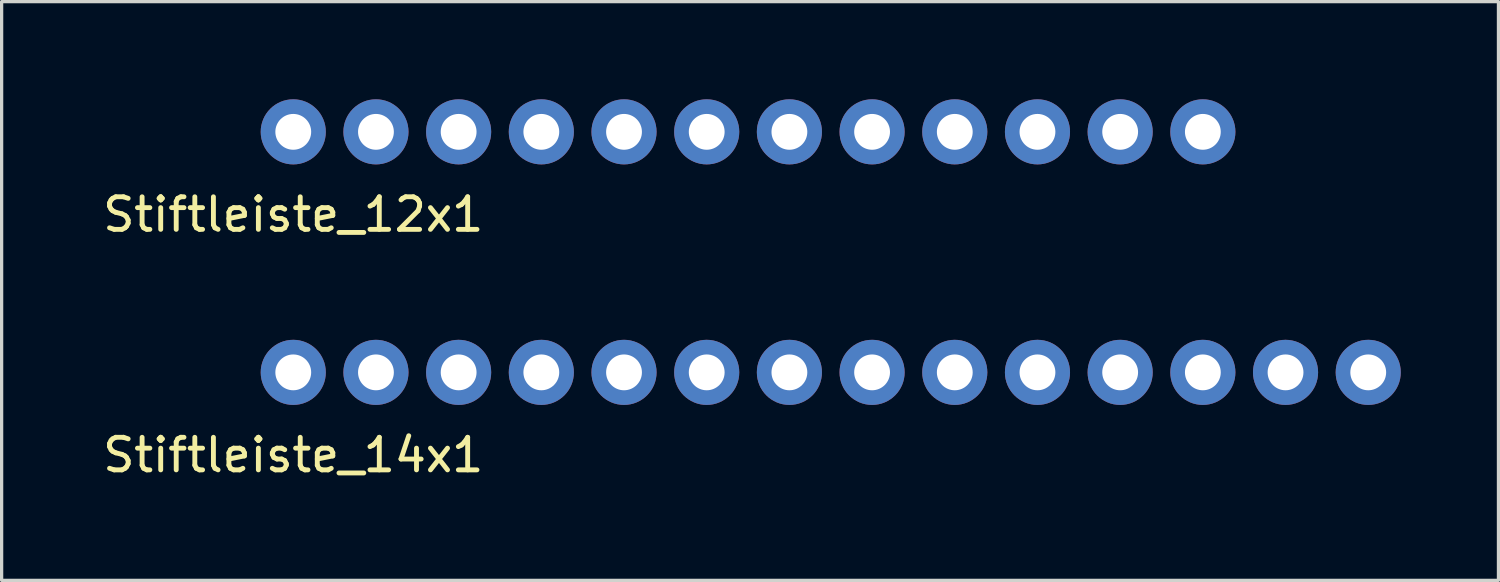
<source format=kicad_pcb>
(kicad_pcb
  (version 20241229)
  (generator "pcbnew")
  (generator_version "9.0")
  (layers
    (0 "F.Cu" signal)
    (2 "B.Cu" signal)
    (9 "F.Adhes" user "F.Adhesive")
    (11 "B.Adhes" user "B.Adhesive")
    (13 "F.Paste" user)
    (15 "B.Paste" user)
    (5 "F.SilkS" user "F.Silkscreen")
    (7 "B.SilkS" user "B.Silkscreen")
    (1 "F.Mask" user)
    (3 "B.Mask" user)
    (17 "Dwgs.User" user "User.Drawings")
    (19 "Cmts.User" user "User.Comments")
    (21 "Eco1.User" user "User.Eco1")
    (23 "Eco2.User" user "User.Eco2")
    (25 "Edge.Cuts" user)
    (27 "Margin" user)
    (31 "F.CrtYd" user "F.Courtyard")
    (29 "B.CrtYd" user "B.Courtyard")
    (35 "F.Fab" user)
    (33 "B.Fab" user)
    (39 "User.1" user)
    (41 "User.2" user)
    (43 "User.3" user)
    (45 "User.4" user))
  (footprint "Stiftleiste_12x1"
    (layer "F.Cu")
    (at 5.958 1)
    (property "Reference" "Stiftleiste_12x1" (at 0 2.54 0) (layer "F.SilkS") (effects (font (size 1 1) (thickness 0.15))))
    (attr through_hole)
    (pad "1" thru_hole circle (at 0 0) (size 2 2) (drill 1.1) (layers "*.Cu" "*.Mask"))
    (pad "2" thru_hole circle (at 2.54 0) (size 2 2) (drill 1.1) (layers "*.Cu" "*.Mask"))
    (pad "3" thru_hole circle (at 5.08 0) (size 2 2) (drill 1.1) (layers "*.Cu" "*.Mask"))
    (pad "4" thru_hole circle (at 7.62 0) (size 2 2) (drill 1.1) (layers "*.Cu" "*.Mask"))
    (pad "5" thru_hole circle (at 10.16 0) (size 2 2) (drill 1.1) (layers "*.Cu" "*.Mask"))
    (pad "6" thru_hole circle (at 12.7 0) (size 2 2) (drill 1.1) (layers "*.Cu" "*.Mask"))
    (pad "7" thru_hole circle (at 15.24 0) (size 2 2) (drill 1.1) (layers "*.Cu" "*.Mask"))
    (pad "8" thru_hole circle (at 17.78 0) (size 2 2) (drill 1.1) (layers "*.Cu" "*.Mask"))
    (pad "9" thru_hole circle (at 20.32 0) (size 2 2) (drill 1.1) (layers "*.Cu" "*.Mask"))
    (pad "10" thru_hole circle (at 22.86 0) (size 2 2) (drill 1.1) (layers "*.Cu" "*.Mask"))
    (pad "11" thru_hole circle (at 25.4 0) (size 2 2) (drill 1.1) (layers "*.Cu" "*.Mask"))
    (pad "12" thru_hole circle (at 27.94 0) (size 2 2) (drill 1.1) (layers "*.Cu" "*.Mask")))
  (footprint "Stiftleiste_14x1"
    (layer "F.Cu")
    (at 5.958 8.388)
    (property "Reference" "Stiftleiste_14x1" (at 0 2.54 0) (layer "F.SilkS") (effects (font (size 1 1) (thickness 0.15))))
    (attr through_hole)
    (pad "1" thru_hole circle (at 0 0) (size 2 2) (drill 1.1) (layers "*.Cu" "*.Mask"))
    (pad "2" thru_hole circle (at 2.54 0) (size 2 2) (drill 1.1) (layers "*.Cu" "*.Mask"))
    (pad "3" thru_hole circle (at 5.08 0) (size 2 2) (drill 1.1) (layers "*.Cu" "*.Mask"))
    (pad "4" thru_hole circle (at 7.62 0) (size 2 2) (drill 1.1) (layers "*.Cu" "*.Mask"))
    (pad "5" thru_hole circle (at 10.16 0) (size 2 2) (drill 1.1) (layers "*.Cu" "*.Mask"))
    (pad "6" thru_hole circle (at 12.7 0) (size 2 2) (drill 1.1) (layers "*.Cu" "*.Mask"))
    (pad "7" thru_hole circle (at 15.24 0) (size 2 2) (drill 1.1) (layers "*.Cu" "*.Mask"))
    (pad "8" thru_hole circle (at 17.78 0) (size 2 2) (drill 1.1) (layers "*.Cu" "*.Mask"))
    (pad "9" thru_hole circle (at 20.32 0) (size 2 2) (drill 1.1) (layers "*.Cu" "*.Mask"))
    (pad "10" thru_hole circle (at 22.86 0) (size 2 2) (drill 1.1) (layers "*.Cu" "*.Mask"))
    (pad "11" thru_hole circle (at 25.4 0) (size 2 2) (drill 1.1) (layers "*.Cu" "*.Mask"))
    (pad "12" thru_hole circle (at 27.94 0) (size 2 2) (drill 1.1) (layers "*.Cu" "*.Mask"))
    (pad "13" thru_hole circle (at 30.48 0) (size 2 2) (drill 1.1) (layers "*.Cu" "*.Mask"))
    (pad "14" thru_hole circle (at 33.02 0) (size 2 2) (drill 1.1) (layers "*.Cu" "*.Mask")))
  (gr_rect
    (start -3 -3)
    (end 42.978 14.777)
    (stroke (width 0.1) (type default))
    (fill no)
    (layer "Edge.Cuts")))
</source>
